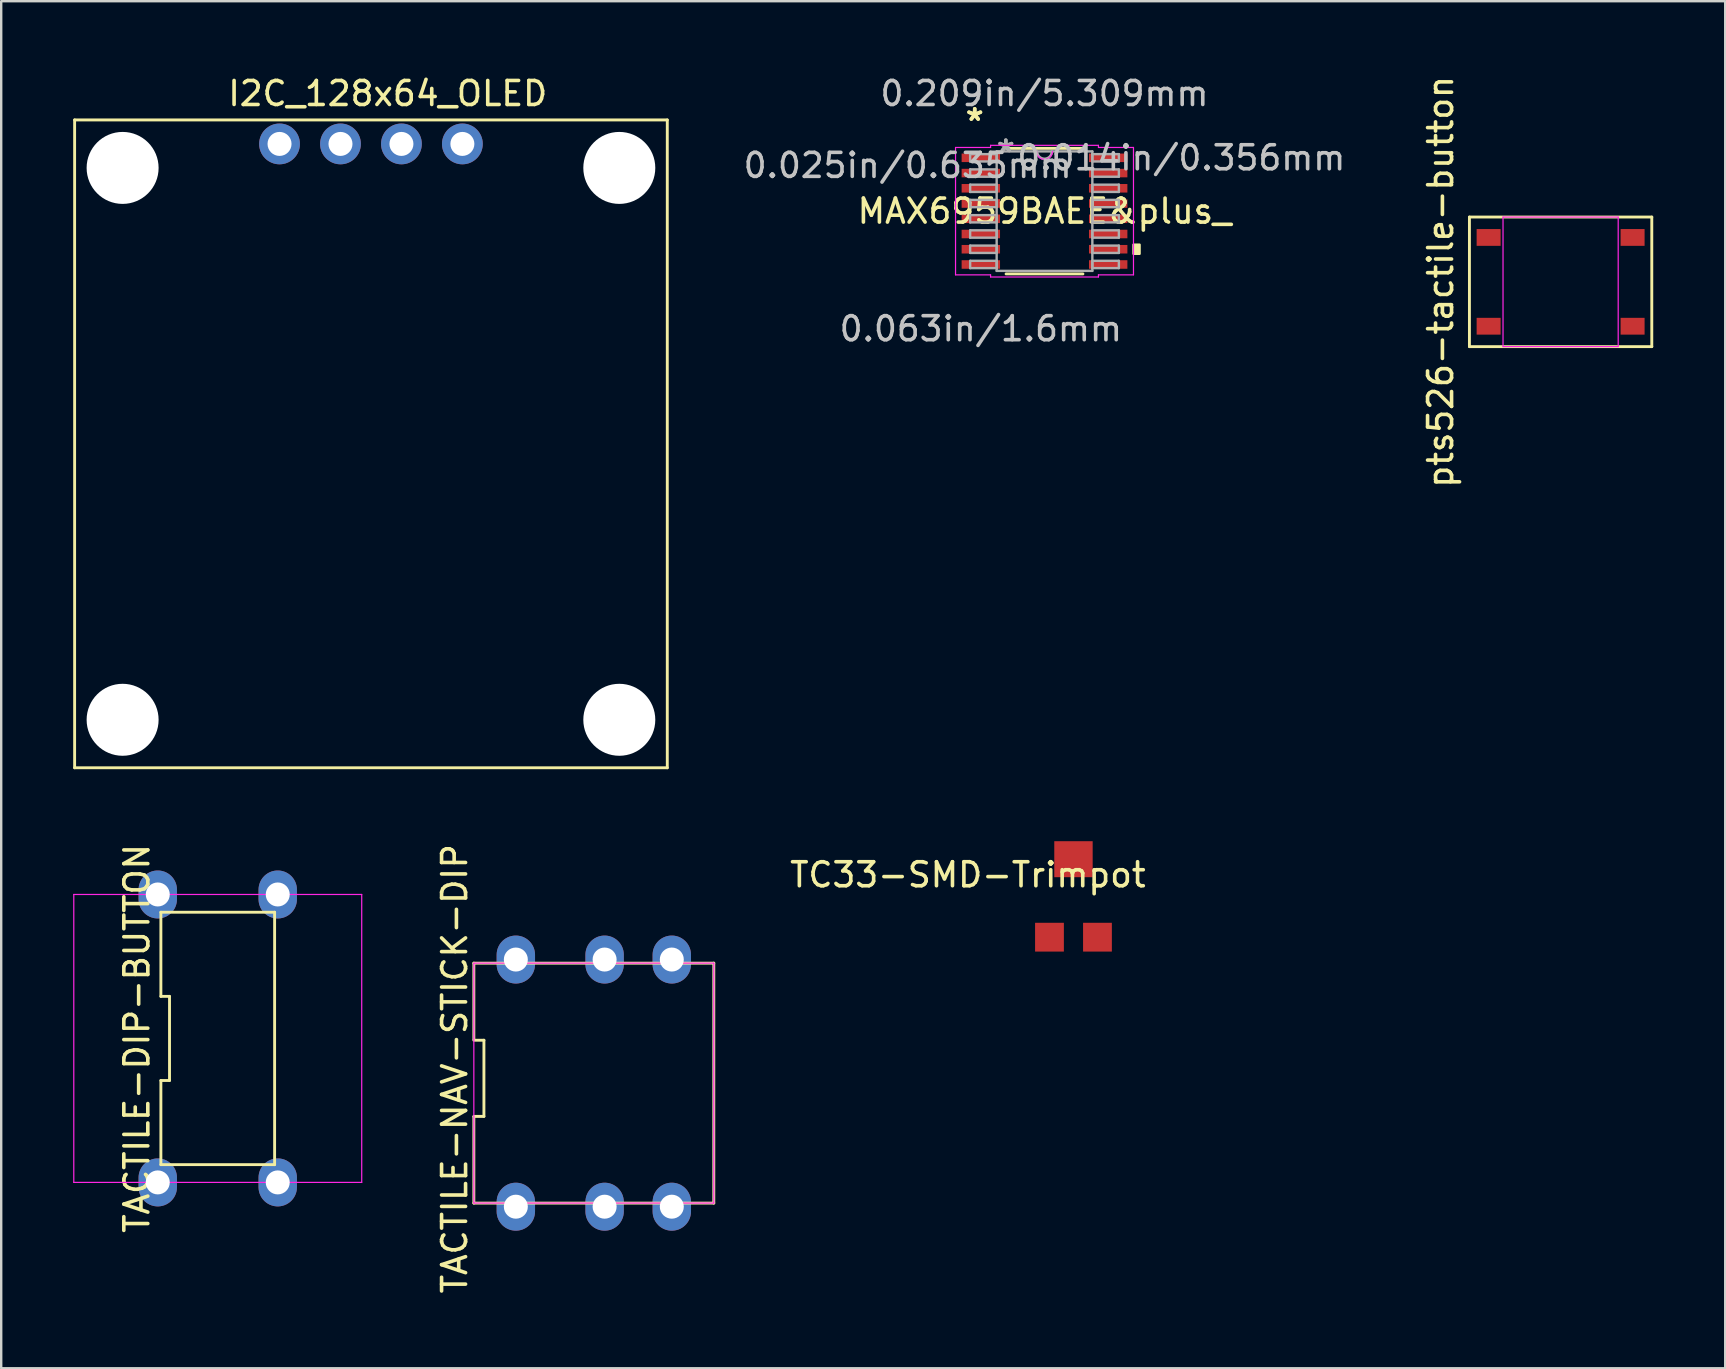
<source format=kicad_pcb>
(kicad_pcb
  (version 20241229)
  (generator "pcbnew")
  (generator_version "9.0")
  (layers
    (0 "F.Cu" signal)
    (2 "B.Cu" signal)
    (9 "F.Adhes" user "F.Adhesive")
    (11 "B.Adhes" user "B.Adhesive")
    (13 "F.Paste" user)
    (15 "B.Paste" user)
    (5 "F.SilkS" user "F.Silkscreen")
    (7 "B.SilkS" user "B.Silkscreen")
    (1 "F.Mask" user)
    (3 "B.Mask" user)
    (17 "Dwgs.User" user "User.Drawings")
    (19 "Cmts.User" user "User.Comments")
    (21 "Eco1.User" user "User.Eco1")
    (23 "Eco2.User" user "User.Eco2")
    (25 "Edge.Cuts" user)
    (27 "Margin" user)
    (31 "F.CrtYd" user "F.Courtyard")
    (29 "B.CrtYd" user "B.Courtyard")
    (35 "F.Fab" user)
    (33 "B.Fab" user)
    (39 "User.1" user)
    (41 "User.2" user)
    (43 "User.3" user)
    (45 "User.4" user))
  (footprint "TACTILE-DIP-BUTTON"
    (layer "F.Cu")
    (at 6.025 40.228)
    (property "Reference" "TACTILE-DIP-BUTTON" (at -3.37 0 90) (layer "F.SilkS") (effects (font (size 1 1) (thickness 0.15))))
    (attr through_hole)
    (fp_line (start -2.37 -1.753) (end -2.01 -1.753) (stroke (width 0.12) (type solid)) (layer "F.SilkS"))
    (fp_line (start -2.37 1.753) (end -2.37 5.26) (stroke (width 0.12) (type solid)) (layer "F.SilkS"))
    (fp_line (start -2.37 5.26) (end 2.37 5.26) (stroke (width 0.12) (type solid)) (layer "F.SilkS"))
    (fp_line (start -2.37 -5.26) (end -2.37 -1.753) (stroke (width 0.12) (type solid)) (layer "F.SilkS"))
    (fp_line (start -2.01 -1.753) (end -2.01 1.753) (stroke (width 0.12) (type solid)) (layer "F.SilkS"))
    (fp_line (start -2.01 1.753) (end -2.37 1.753) (stroke (width 0.12) (type solid)) (layer "F.SilkS"))
    (fp_line (start 2.37 5.26) (end 2.37 -5.26) (stroke (width 0.12) (type solid)) (layer "F.SilkS"))
    (fp_line (start 2.37 -5.26) (end -2.37 -5.26) (stroke (width 0.12) (type solid)) (layer "F.SilkS"))
    (fp_line (start -6 -6) (end 6 -6) (stroke (width 0.05) (type solid)) (layer "F.CrtYd"))
    (fp_line (start -6 6) (end -6 -6) (stroke (width 0.05) (type solid)) (layer "F.CrtYd"))
    (fp_line (start 6 -6) (end 6 6) (stroke (width 0.05) (type solid)) (layer "F.CrtYd"))
    (fp_line (start 6 6) (end -6 6) (stroke (width 0.05) (type solid)) (layer "F.CrtYd"))
    (pad "1" thru_hole oval (at -2.5 6) (size 1.6 2) (drill 1) (layers "*.Cu" "*.Mask"))
    (pad "2" thru_hole oval (at -2.5 -6) (size 1.6 2) (drill 1) (layers "*.Cu" "*.Mask"))
    (pad "3" thru_hole oval (at 2.5 6) (size 1.6 2) (drill 1) (layers "*.Cu" "*.Mask"))
    (pad "4" thru_hole oval (at 2.5 -6) (size 1.6 2) (drill 1) (layers "*.Cu" "*.Mask")))
  (footprint "MAX6959BAEE&plus_"
    (layer "F.Cu")
    (at 40.481 5.75)
    (property "Reference" "MAX6959BAEE&plus_" (at 0 0 0) (layer "F.SilkS") (effects (font (size 1 1) (thickness 0.15))))
    (attr through_hole)
    (fp_line (start -1.601 2.616) (end 1.601 2.616) (stroke (width 0.12) (type solid)) (layer "F.SilkS"))
    (fp_line (start 1.601 -2.616) (end -1.601 -2.616) (stroke (width 0.12) (type solid)) (layer "F.SilkS"))
    (fp_poly (pts (xy 3.962 1.397) (xy 3.962 1.778) (xy 3.708 1.778) (xy 3.708 1.397)) (stroke (width 0.1) (type solid)) (fill yes) (layer "F.SilkS"))
    (fp_line (start -3.708 -2.654) (end -2.248 -2.654) (stroke (width 0.05) (type solid)) (layer "F.CrtYd"))
    (fp_line (start -3.708 2.654) (end -3.708 -2.654) (stroke (width 0.05) (type solid)) (layer "F.CrtYd"))
    (fp_line (start -2.248 -2.743) (end 2.248 -2.743) (stroke (width 0.05) (type solid)) (layer "F.CrtYd"))
    (fp_line (start -2.248 -2.654) (end -2.248 -2.743) (stroke (width 0.05) (type solid)) (layer "F.CrtYd"))
    (fp_line (start -2.248 2.654) (end -3.708 2.654) (stroke (width 0.05) (type solid)) (layer "F.CrtYd"))
    (fp_line (start -2.248 2.743) (end -2.248 2.654) (stroke (width 0.05) (type solid)) (layer "F.CrtYd"))
    (fp_line (start 2.248 -2.743) (end 2.248 -2.654) (stroke (width 0.05) (type solid)) (layer "F.CrtYd"))
    (fp_line (start 2.248 -2.654) (end 3.708 -2.654) (stroke (width 0.05) (type solid)) (layer "F.CrtYd"))
    (fp_line (start 2.248 2.654) (end 2.248 2.743) (stroke (width 0.05) (type solid)) (layer "F.CrtYd"))
    (fp_line (start 2.248 2.743) (end -2.248 2.743) (stroke (width 0.05) (type solid)) (layer "F.CrtYd"))
    (fp_line (start 3.708 -2.654) (end 3.708 2.654) (stroke (width 0.05) (type solid)) (layer "F.CrtYd"))
    (fp_line (start 3.708 2.654) (end 2.248 2.654) (stroke (width 0.05) (type solid)) (layer "F.CrtYd"))
    (fp_arc (start 0.332317 -2.4892) (mid 0 -2.156883) (end -0.332317 -2.4892) (stroke (width 0.05) (type solid)) (layer "F.CrtYd"))
    (fp_line (start -3.099 -2.375) (end -3.099 -2.07) (stroke (width 0.1) (type solid)) (layer "F.Fab"))
    (fp_line (start -3.099 -2.07) (end -1.994 -2.07) (stroke (width 0.1) (type solid)) (layer "F.Fab"))
    (fp_line (start -3.099 -1.74) (end -3.099 -1.435) (stroke (width 0.1) (type solid)) (layer "F.Fab"))
    (fp_line (start -3.099 -1.435) (end -1.994 -1.435) (stroke (width 0.1) (type solid)) (layer "F.Fab"))
    (fp_line (start -3.099 -1.105) (end -3.099 -0.8) (stroke (width 0.1) (type solid)) (layer "F.Fab"))
    (fp_line (start -3.099 -0.8) (end -1.994 -0.8) (stroke (width 0.1) (type solid)) (layer "F.Fab"))
    (fp_line (start -3.099 -0.47) (end -3.099 -0.165) (stroke (width 0.1) (type solid)) (layer "F.Fab"))
    (fp_line (start -3.099 -0.165) (end -1.994 -0.165) (stroke (width 0.1) (type solid)) (layer "F.Fab"))
    (fp_line (start -3.099 0.165) (end -3.099 0.47) (stroke (width 0.1) (type solid)) (layer "F.Fab"))
    (fp_line (start -3.099 0.47) (end -1.994 0.47) (stroke (width 0.1) (type solid)) (layer "F.Fab"))
    (fp_line (start -3.099 0.8) (end -3.099 1.105) (stroke (width 0.1) (type solid)) (layer "F.Fab"))
    (fp_line (start -3.099 1.105) (end -1.994 1.105) (stroke (width 0.1) (type solid)) (layer "F.Fab"))
    (fp_line (start -3.099 1.435) (end -3.099 1.74) (stroke (width 0.1) (type solid)) (layer "F.Fab"))
    (fp_line (start -3.099 1.74) (end -1.994 1.74) (stroke (width 0.1) (type solid)) (layer "F.Fab"))
    (fp_line (start -3.099 2.07) (end -3.099 2.375) (stroke (width 0.1) (type solid)) (layer "F.Fab"))
    (fp_line (start -3.099 2.375) (end -1.994 2.375) (stroke (width 0.1) (type solid)) (layer "F.Fab"))
    (fp_line (start -1.994 -2.489) (end -1.994 2.489) (stroke (width 0.1) (type solid)) (layer "F.Fab"))
    (fp_line (start -1.994 -2.375) (end -3.099 -2.375) (stroke (width 0.1) (type solid)) (layer "F.Fab"))
    (fp_line (start -1.994 -2.07) (end -1.994 -2.375) (stroke (width 0.1) (type solid)) (layer "F.Fab"))
    (fp_line (start -1.994 -1.74) (end -3.099 -1.74) (stroke (width 0.1) (type solid)) (layer "F.Fab"))
    (fp_line (start -1.994 -1.435) (end -1.994 -1.74) (stroke (width 0.1) (type solid)) (layer "F.Fab"))
    (fp_line (start -1.994 -1.105) (end -3.099 -1.105) (stroke (width 0.1) (type solid)) (layer "F.Fab"))
    (fp_line (start -1.994 -0.8) (end -1.994 -1.105) (stroke (width 0.1) (type solid)) (layer "F.Fab"))
    (fp_line (start -1.994 -0.47) (end -3.099 -0.47) (stroke (width 0.1) (type solid)) (layer "F.Fab"))
    (fp_line (start -1.994 -0.165) (end -1.994 -0.47) (stroke (width 0.1) (type solid)) (layer "F.Fab"))
    (fp_line (start -1.994 0.165) (end -3.099 0.165) (stroke (width 0.1) (type solid)) (layer "F.Fab"))
    (fp_line (start -1.994 0.47) (end -1.994 0.165) (stroke (width 0.1) (type solid)) (layer "F.Fab"))
    (fp_line (start -1.994 0.8) (end -3.099 0.8) (stroke (width 0.1) (type solid)) (layer "F.Fab"))
    (fp_line (start -1.994 1.105) (end -1.994 0.8) (stroke (width 0.1) (type solid)) (layer "F.Fab"))
    (fp_line (start -1.994 1.435) (end -3.099 1.435) (stroke (width 0.1) (type solid)) (layer "F.Fab"))
    (fp_line (start -1.994 1.74) (end -1.994 1.435) (stroke (width 0.1) (type solid)) (layer "F.Fab"))
    (fp_line (start -1.994 2.07) (end -3.099 2.07) (stroke (width 0.1) (type solid)) (layer "F.Fab"))
    (fp_line (start -1.994 2.375) (end -1.994 2.07) (stroke (width 0.1) (type solid)) (layer "F.Fab"))
    (fp_line (start -1.994 2.489) (end 1.994 2.489) (stroke (width 0.1) (type solid)) (layer "F.Fab"))
    (fp_line (start 1.994 -2.489) (end -1.994 -2.489) (stroke (width 0.1) (type solid)) (layer "F.Fab"))
    (fp_line (start 1.994 -2.375) (end 1.994 -2.07) (stroke (width 0.1) (type solid)) (layer "F.Fab"))
    (fp_line (start 1.994 -2.07) (end 3.099 -2.07) (stroke (width 0.1) (type solid)) (layer "F.Fab"))
    (fp_line (start 1.994 -1.74) (end 1.994 -1.435) (stroke (width 0.1) (type solid)) (layer "F.Fab"))
    (fp_line (start 1.994 -1.435) (end 3.099 -1.435) (stroke (width 0.1) (type solid)) (layer "F.Fab"))
    (fp_line (start 1.994 -1.105) (end 1.994 -0.8) (stroke (width 0.1) (type solid)) (layer "F.Fab"))
    (fp_line (start 1.994 -0.8) (end 3.099 -0.8) (stroke (width 0.1) (type solid)) (layer "F.Fab"))
    (fp_line (start 1.994 -0.47) (end 1.994 -0.165) (stroke (width 0.1) (type solid)) (layer "F.Fab"))
    (fp_line (start 1.994 -0.165) (end 3.099 -0.165) (stroke (width 0.1) (type solid)) (layer "F.Fab"))
    (fp_line (start 1.994 0.165) (end 1.994 0.47) (stroke (width 0.1) (type solid)) (layer "F.Fab"))
    (fp_line (start 1.994 0.47) (end 3.099 0.47) (stroke (width 0.1) (type solid)) (layer "F.Fab"))
    (fp_line (start 1.994 0.8) (end 1.994 1.105) (stroke (width 0.1) (type solid)) (layer "F.Fab"))
    (fp_line (start 1.994 1.105) (end 3.099 1.105) (stroke (width 0.1) (type solid)) (layer "F.Fab"))
    (fp_line (start 1.994 1.435) (end 1.994 1.74) (stroke (width 0.1) (type solid)) (layer "F.Fab"))
    (fp_line (start 1.994 1.74) (end 3.099 1.74) (stroke (width 0.1) (type solid)) (layer "F.Fab"))
    (fp_line (start 1.994 2.07) (end 1.994 2.375) (stroke (width 0.1) (type solid)) (layer "F.Fab"))
    (fp_line (start 1.994 2.375) (end 3.099 2.375) (stroke (width 0.1) (type solid)) (layer "F.Fab"))
    (fp_line (start 1.994 2.489) (end 1.994 -2.489) (stroke (width 0.1) (type solid)) (layer "F.Fab"))
    (fp_line (start 3.099 -2.375) (end 1.994 -2.375) (stroke (width 0.1) (type solid)) (layer "F.Fab"))
    (fp_line (start 3.099 -2.07) (end 3.099 -2.375) (stroke (width 0.1) (type solid)) (layer "F.Fab"))
    (fp_line (start 3.099 -1.74) (end 1.994 -1.74) (stroke (width 0.1) (type solid)) (layer "F.Fab"))
    (fp_line (start 3.099 -1.435) (end 3.099 -1.74) (stroke (width 0.1) (type solid)) (layer "F.Fab"))
    (fp_line (start 3.099 -1.105) (end 1.994 -1.105) (stroke (width 0.1) (type solid)) (layer "F.Fab"))
    (fp_line (start 3.099 -0.8) (end 3.099 -1.105) (stroke (width 0.1) (type solid)) (layer "F.Fab"))
    (fp_line (start 3.099 -0.47) (end 1.994 -0.47) (stroke (width 0.1) (type solid)) (layer "F.Fab"))
    (fp_line (start 3.099 -0.165) (end 3.099 -0.47) (stroke (width 0.1) (type solid)) (layer "F.Fab"))
    (fp_line (start 3.099 0.165) (end 1.994 0.165) (stroke (width 0.1) (type solid)) (layer "F.Fab"))
    (fp_line (start 3.099 0.47) (end 3.099 0.165) (stroke (width 0.1) (type solid)) (layer "F.Fab"))
    (fp_line (start 3.099 0.8) (end 1.994 0.8) (stroke (width 0.1) (type solid)) (layer "F.Fab"))
    (fp_line (start 3.099 1.105) (end 3.099 0.8) (stroke (width 0.1) (type solid)) (layer "F.Fab"))
    (fp_line (start 3.099 1.435) (end 1.994 1.435) (stroke (width 0.1) (type solid)) (layer "F.Fab"))
    (fp_line (start 3.099 1.74) (end 3.099 1.435) (stroke (width 0.1) (type solid)) (layer "F.Fab"))
    (fp_line (start 3.099 2.07) (end 1.994 2.07) (stroke (width 0.1) (type solid)) (layer "F.Fab"))
    (fp_line (start 3.099 2.375) (end 3.099 2.07) (stroke (width 0.1) (type solid)) (layer "F.Fab"))
    (fp_arc (start 0.3048 -2.4892) (mid 0 -2.1844) (end -0.3048 -2.4892) (stroke (width 0.1) (type solid)) (layer "F.Fab"))
    (fp_text user "*" (at -2.908 -3.721 0) (layer "F.SilkS") (effects (font (size 1 1) (thickness 0.15))))
    (fp_text user "*" (at -2.908 -3.721 0) (layer "F.SilkS") (effects (font (size 1 1) (thickness 0.15))))
    (fp_text user "0.209in/5.309mm" (at 0 -4.902 0) (layer "Dwgs.User") (effects (font (size 1 1) (thickness 0.15))))
    (fp_text user "0.025in/0.635mm" (at -5.702 -1.905 0) (layer "Dwgs.User") (effects (font (size 1 1) (thickness 0.15))))
    (fp_text user "0.063in/1.6mm" (at -2.654 4.902 0) (layer "Dwgs.User") (effects (font (size 1 1) (thickness 0.15))))
    (fp_text user "0.014in/0.356mm" (at 5.702 -2.223 0) (layer "Dwgs.User") (effects (font (size 1 1) (thickness 0.15))))
    (fp_text user "Copyright 2021 Accelerated Designs. All rights reserved." (at 0 0 0) (layer "Cmts.User") (effects (font (size 0.127 0.127) (thickness 0.002))))
    (fp_text user "*" (at -1.613 -2.413 0) (layer "F.Fab") (effects (font (size 1 1) (thickness 0.15))))
    (fp_text user "*" (at -1.613 -2.413 0) (layer "F.Fab") (effects (font (size 1 1) (thickness 0.15))))
    (pad "1" smd rect (at -2.654 -2.223) (size 1.6 0.356) (layers "F.Cu" "F.Mask" "F.Paste"))
    (pad "2" smd rect (at -2.654 -1.587) (size 1.6 0.356) (layers "F.Cu" "F.Mask" "F.Paste"))
    (pad "3" smd rect (at -2.654 -0.953) (size 1.6 0.356) (layers "F.Cu" "F.Mask" "F.Paste"))
    (pad "4" smd rect (at -2.654 -0.318) (size 1.6 0.356) (layers "F.Cu" "F.Mask" "F.Paste"))
    (pad "5" smd rect (at -2.654 0.318) (size 1.6 0.356) (layers "F.Cu" "F.Mask" "F.Paste"))
    (pad "6" smd rect (at -2.654 0.953) (size 1.6 0.356) (layers "F.Cu" "F.Mask" "F.Paste"))
    (pad "7" smd rect (at -2.654 1.587) (size 1.6 0.356) (layers "F.Cu" "F.Mask" "F.Paste"))
    (pad "8" smd rect (at -2.654 2.223) (size 1.6 0.356) (layers "F.Cu" "F.Mask" "F.Paste"))
    (pad "9" smd rect (at 2.654 2.223) (size 1.6 0.356) (layers "F.Cu" "F.Mask" "F.Paste"))
    (pad "10" smd rect (at 2.654 1.587) (size 1.6 0.356) (layers "F.Cu" "F.Mask" "F.Paste"))
    (pad "11" smd rect (at 2.654 0.953) (size 1.6 0.356) (layers "F.Cu" "F.Mask" "F.Paste"))
    (pad "12" smd rect (at 2.654 0.318) (size 1.6 0.356) (layers "F.Cu" "F.Mask" "F.Paste"))
    (pad "13" smd rect (at 2.654 -0.318) (size 1.6 0.356) (layers "F.Cu" "F.Mask" "F.Paste"))
    (pad "14" smd rect (at 2.654 -0.953) (size 1.6 0.356) (layers "F.Cu" "F.Mask" "F.Paste"))
    (pad "15" smd rect (at 2.654 -1.587) (size 1.6 0.356) (layers "F.Cu" "F.Mask" "F.Paste"))
    (pad "16" smd rect (at 2.654 -2.223) (size 1.6 0.356) (layers "F.Cu" "F.Mask" "F.Paste")))
  (footprint "TACTILE-NAV-STICK-DIP"
    (layer "F.Cu")
    (at 21.698 42.09)
    (property "Reference" "TACTILE-NAV-STICK-DIP" (at -5.8 -0.6 90) (layer "F.SilkS") (effects (font (size 1 1) (thickness 0.15))))
    (attr through_hole)
    (fp_line (start -5 -5) (end -5 -1.827) (stroke (width 0.12) (type solid)) (layer "F.SilkS"))
    (fp_line (start -5 -1.787) (end -4.58 -1.787) (stroke (width 0.12) (type solid)) (layer "F.SilkS"))
    (fp_line (start -5 1.4) (end -5 5) (stroke (width 0.12) (type solid)) (layer "F.SilkS"))
    (fp_line (start -5 5) (end 5 5) (stroke (width 0.12) (type solid)) (layer "F.SilkS"))
    (fp_line (start -4.58 -1.787) (end -4.58 1.387) (stroke (width 0.12) (type solid)) (layer "F.SilkS"))
    (fp_line (start -4.58 1.387) (end -5 1.387) (stroke (width 0.12) (type solid)) (layer "F.SilkS"))
    (fp_line (start 5 -5) (end -5 -5) (stroke (width 0.12) (type solid)) (layer "F.SilkS"))
    (fp_line (start 5 5) (end 5 -5) (stroke (width 0.12) (type solid)) (layer "F.SilkS"))
    (fp_line (start -5 -5) (end 5 -5) (stroke (width 0.05) (type solid)) (layer "F.CrtYd"))
    (fp_line (start -5 5) (end -5 -5) (stroke (width 0.05) (type solid)) (layer "F.CrtYd"))
    (fp_line (start 5 -5) (end 5 5) (stroke (width 0.05) (type solid)) (layer "F.CrtYd"))
    (fp_line (start 5 5) (end -5 5) (stroke (width 0.05) (type solid)) (layer "F.CrtYd"))
    (pad "1" thru_hole oval (at -3.25 5.15) (size 1.6 2) (drill 1) (layers "*.Cu" "*.Mask"))
    (pad "2" thru_hole oval (at 0.45 5.15) (size 1.6 2) (drill 1) (layers "*.Cu" "*.Mask"))
    (pad "3" thru_hole oval (at 3.25 5.15) (size 1.6 2) (drill 1) (layers "*.Cu" "*.Mask"))
    (pad "4" thru_hole oval (at 3.25 -5.15) (size 1.6 2) (drill 1) (layers "*.Cu" "*.Mask"))
    (pad "5" thru_hole oval (at 0.45 -5.15) (size 1.6 2) (drill 1) (layers "*.Cu" "*.Mask"))
    (pad "6" thru_hole oval (at -3.25 -5.15) (size 1.6 2) (drill 1) (layers "*.Cu" "*.Mask")))
  (footprint "pts526-tactile-button"
    (layer "F.Cu")
    (at 61.99 8.696)
    (property "Reference" "pts526-tactile-button" (at -5 0 90) (layer "F.SilkS") (effects (font (size 1 1) (thickness 0.15))))
    (attr smd)
    (fp_line (start -3.8 -2.7) (end 3.8 -2.7) (stroke (width 0.12) (type solid)) (layer "F.SilkS"))
    (fp_line (start -3.8 2.7) (end -3.8 -2.7) (stroke (width 0.12) (type solid)) (layer "F.SilkS"))
    (fp_line (start 3.8 -2.7) (end 3.8 2.7) (stroke (width 0.12) (type solid)) (layer "F.SilkS"))
    (fp_line (start 3.8 2.7) (end -3.8 2.7) (stroke (width 0.12) (type solid)) (layer "F.SilkS"))
    (fp_line (start -2.4 -2.7) (end 2.4 -2.7) (stroke (width 0.05) (type solid)) (layer "F.CrtYd"))
    (fp_line (start -2.4 2.7) (end -2.4 -2.7) (stroke (width 0.05) (type solid)) (layer "F.CrtYd"))
    (fp_line (start 2.4 -2.7) (end 2.4 2.7) (stroke (width 0.05) (type solid)) (layer "F.CrtYd"))
    (fp_line (start 2.4 2.7) (end -2.4 2.7) (stroke (width 0.05) (type solid)) (layer "F.CrtYd"))
    (pad "1" smd rect (at -3 -1.85) (size 1 0.7) (layers "F.Cu" "F.Mask" "F.Paste"))
    (pad "2" smd rect (at 3 -1.85) (size 1 0.7) (layers "F.Cu" "F.Mask" "F.Paste"))
    (pad "3" smd rect (at -3 1.85) (size 1 0.7) (layers "F.Cu" "F.Mask" "F.Paste"))
    (pad "4" smd rect (at 3 1.85) (size 1 0.7) (layers "F.Cu" "F.Mask" "F.Paste")))
  (footprint "I2C_128x64_OLED"
    (layer "F.Cu")
    (at 12.41 15.448)
    (property "Reference" "I2C_128x64_OLED" (at 0.7 -14.6 0) (layer "F.SilkS") (effects (font (size 1 1) (thickness 0.15))))
    (attr through_hole)
    (fp_line (start -12.35 -13.5) (end -12.35 13.5) (stroke (width 0.12) (type solid)) (layer "F.SilkS"))
    (fp_line (start -12.35 -13.5) (end 12.35 -13.5) (stroke (width 0.12) (type solid)) (layer "F.SilkS"))
    (fp_line (start 12.35 -13.5) (end 12.35 13.5) (stroke (width 0.12) (type solid)) (layer "F.SilkS"))
    (fp_line (start 12.35 13.5) (end -12.35 13.5) (stroke (width 0.12) (type solid)) (layer "F.SilkS"))
    (pad "" np_thru_hole circle (at -10.35 -11.5) (size 3 3) (drill 3) (layers "*.Cu" "*.Mask"))
    (pad "" np_thru_hole circle (at -10.35 11.5) (size 3 3) (drill 3) (layers "*.Cu" "*.Mask"))
    (pad "" np_thru_hole circle (at 10.35 -11.5) (size 3 3) (drill 3) (layers "*.Cu" "*.Mask"))
    (pad "" np_thru_hole circle (at 10.35 11.5) (size 3 3) (drill 3) (layers "*.Cu" "*.Mask"))
    (pad "1" thru_hole circle (at -3.81 -12.5) (size 1.7 1.7) (drill 1) (layers "*.Cu" "*.Mask"))
    (pad "2" thru_hole circle (at -1.27 -12.5) (size 1.7 1.7) (drill 1) (layers "*.Cu" "*.Mask"))
    (pad "3" thru_hole circle (at 1.27 -12.5) (size 1.7 1.7) (drill 1) (layers "*.Cu" "*.Mask"))
    (pad "4" thru_hole circle (at 3.81 -12.5) (size 1.7 1.7) (drill 1) (layers "*.Cu" "*.Mask")))
  (footprint "TC33-SMD-Trimpot"
    (layer "F.Cu")
    (at 41.688 34.208)
    (property "Reference" "TC33-SMD-Trimpot" (at -4.4 -0.8 0) (layer "F.SilkS") (effects (font (size 1 1) (thickness 0.15))))
    (attr through_hole)
    (pad "1" smd rect (at -1 1.8) (size 1.2 1.2) (layers "F.Cu" "F.Mask" "F.Paste"))
    (pad "2" smd rect (at 0 -1.45) (size 1.6 1.5) (layers "F.Cu" "F.Mask" "F.Paste"))
    (pad "3" smd rect (at 1 1.8) (size 1.2 1.2) (layers "F.Cu" "F.Mask" "F.Paste")))
  (gr_rect
    (start -3 -3)
    (end 68.85 53.973)
    (stroke (width 0.1) (type default))
    (fill no)
    (layer "Edge.Cuts")))
</source>
